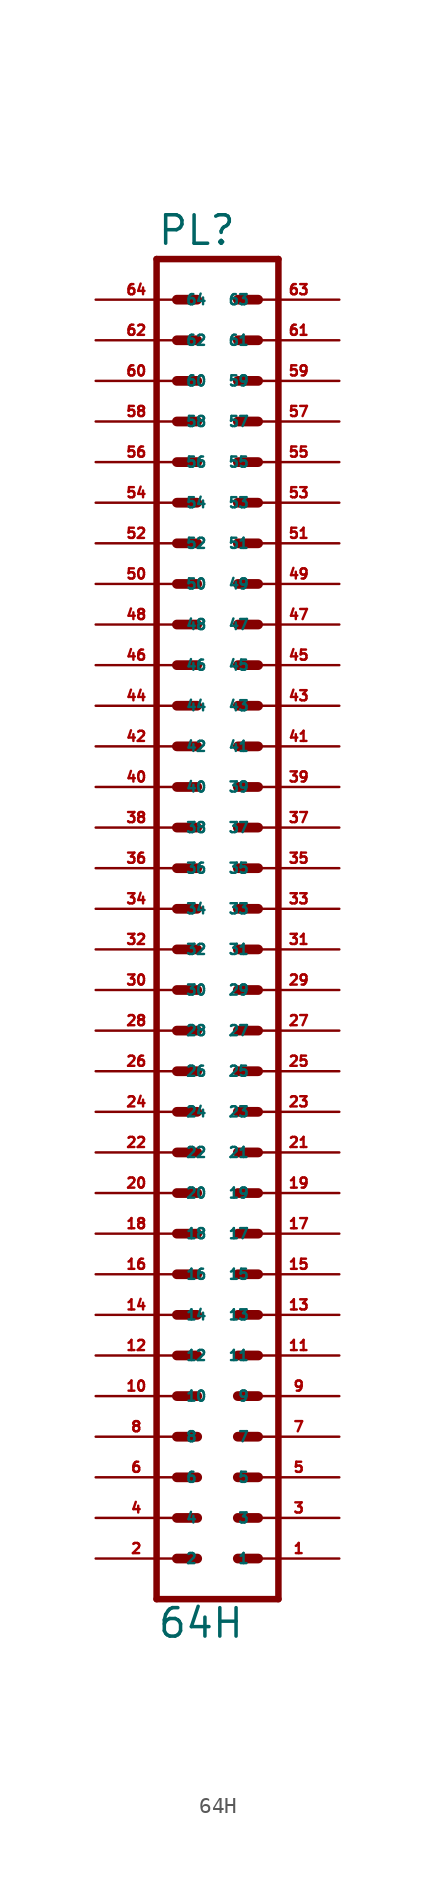
<source format=kicad_sym>
(kicad_symbol_lib
  (version 20220914)
  (generator Eagle2Kicad)
  (symbol "64H"
    (property "Reference" "PL"
      (at -3.81 43.942 0)
      (effects (font (size 1.778 1.778) (thickness 0.22)) (justify left bottom)))
    (property "Value" "64H"
      (at -3.81 -43.18 0)
      (effects (font (size 1.778 1.778) (thickness 0.22)) (justify left bottom)))
    (polyline
      (pts (xy 3.81 -40.64) (xy -3.81 -40.64))
      (stroke (width 0.406) (type default))
      (fill (type none)))
    (polyline
      (pts (xy 1.27 -27.94) (xy 2.54 -27.94))
      (stroke (width 0.61) (type default))
      (fill (type none)))
    (polyline
      (pts (xy 1.27 -30.48) (xy 2.54 -30.48))
      (stroke (width 0.61) (type default))
      (fill (type none)))
    (polyline
      (pts (xy 1.27 -33.02) (xy 2.54 -33.02))
      (stroke (width 0.61) (type default))
      (fill (type none)))
    (polyline
      (pts (xy 1.27 -35.56) (xy 2.54 -35.56))
      (stroke (width 0.61) (type default))
      (fill (type none)))
    (polyline
      (pts (xy 1.27 -38.1) (xy 2.54 -38.1))
      (stroke (width 0.61) (type default))
      (fill (type none)))
    (polyline
      (pts (xy -2.54 -27.94) (xy -1.27 -27.94))
      (stroke (width 0.61) (type default))
      (fill (type none)))
    (polyline
      (pts (xy -2.54 -30.48) (xy -1.27 -30.48))
      (stroke (width 0.61) (type default))
      (fill (type none)))
    (polyline
      (pts (xy -2.54 -33.02) (xy -1.27 -33.02))
      (stroke (width 0.61) (type default))
      (fill (type none)))
    (polyline
      (pts (xy -2.54 -35.56) (xy -1.27 -35.56))
      (stroke (width 0.61) (type default))
      (fill (type none)))
    (polyline
      (pts (xy -2.54 -38.1) (xy -1.27 -38.1))
      (stroke (width 0.61) (type default))
      (fill (type none)))
    (polyline
      (pts (xy 1.27 -15.24) (xy 2.54 -15.24))
      (stroke (width 0.61) (type default))
      (fill (type none)))
    (polyline
      (pts (xy 1.27 -17.78) (xy 2.54 -17.78))
      (stroke (width 0.61) (type default))
      (fill (type none)))
    (polyline
      (pts (xy 1.27 -20.32) (xy 2.54 -20.32))
      (stroke (width 0.61) (type default))
      (fill (type none)))
    (polyline
      (pts (xy 1.27 -22.86) (xy 2.54 -22.86))
      (stroke (width 0.61) (type default))
      (fill (type none)))
    (polyline
      (pts (xy 1.27 -25.4) (xy 2.54 -25.4))
      (stroke (width 0.61) (type default))
      (fill (type none)))
    (polyline
      (pts (xy -2.54 -15.24) (xy -1.27 -15.24))
      (stroke (width 0.61) (type default))
      (fill (type none)))
    (polyline
      (pts (xy -2.54 -17.78) (xy -1.27 -17.78))
      (stroke (width 0.61) (type default))
      (fill (type none)))
    (polyline
      (pts (xy -2.54 -20.32) (xy -1.27 -20.32))
      (stroke (width 0.61) (type default))
      (fill (type none)))
    (polyline
      (pts (xy -2.54 -22.86) (xy -1.27 -22.86))
      (stroke (width 0.61) (type default))
      (fill (type none)))
    (polyline
      (pts (xy -2.54 -25.4) (xy -1.27 -25.4))
      (stroke (width 0.61) (type default))
      (fill (type none)))
    (polyline
      (pts (xy 1.27 -2.54) (xy 2.54 -2.54))
      (stroke (width 0.61) (type default))
      (fill (type none)))
    (polyline
      (pts (xy 1.27 -5.08) (xy 2.54 -5.08))
      (stroke (width 0.61) (type default))
      (fill (type none)))
    (polyline
      (pts (xy 1.27 -7.62) (xy 2.54 -7.62))
      (stroke (width 0.61) (type default))
      (fill (type none)))
    (polyline
      (pts (xy 1.27 -10.16) (xy 2.54 -10.16))
      (stroke (width 0.61) (type default))
      (fill (type none)))
    (polyline
      (pts (xy 1.27 -12.7) (xy 2.54 -12.7))
      (stroke (width 0.61) (type default))
      (fill (type none)))
    (polyline
      (pts (xy -2.54 -2.54) (xy -1.27 -2.54))
      (stroke (width 0.61) (type default))
      (fill (type none)))
    (polyline
      (pts (xy -2.54 -5.08) (xy -1.27 -5.08))
      (stroke (width 0.61) (type default))
      (fill (type none)))
    (polyline
      (pts (xy -2.54 -7.62) (xy -1.27 -7.62))
      (stroke (width 0.61) (type default))
      (fill (type none)))
    (polyline
      (pts (xy -2.54 -10.16) (xy -1.27 -10.16))
      (stroke (width 0.61) (type default))
      (fill (type none)))
    (polyline
      (pts (xy -2.54 -12.7) (xy -1.27 -12.7))
      (stroke (width 0.61) (type default))
      (fill (type none)))
    (polyline
      (pts (xy -3.81 43.18) (xy -3.81 -40.64))
      (stroke (width 0.406) (type default))
      (fill (type none)))
    (polyline
      (pts (xy 3.81 -40.64) (xy 3.81 43.18))
      (stroke (width 0.406) (type default))
      (fill (type none)))
    (polyline
      (pts (xy -3.81 43.18) (xy 3.81 43.18))
      (stroke (width 0.406) (type default))
      (fill (type none)))
    (polyline
      (pts (xy 1.27 10.16) (xy 2.54 10.16))
      (stroke (width 0.61) (type default))
      (fill (type none)))
    (polyline
      (pts (xy 1.27 7.62) (xy 2.54 7.62))
      (stroke (width 0.61) (type default))
      (fill (type none)))
    (polyline
      (pts (xy 1.27 5.08) (xy 2.54 5.08))
      (stroke (width 0.61) (type default))
      (fill (type none)))
    (polyline
      (pts (xy 1.27 2.54) (xy 2.54 2.54))
      (stroke (width 0.61) (type default))
      (fill (type none)))
    (polyline
      (pts (xy 1.27 0) (xy 2.54 0))
      (stroke (width 0.61) (type default))
      (fill (type none)))
    (polyline
      (pts (xy -2.54 10.16) (xy -1.27 10.16))
      (stroke (width 0.61) (type default))
      (fill (type none)))
    (polyline
      (pts (xy -2.54 7.62) (xy -1.27 7.62))
      (stroke (width 0.61) (type default))
      (fill (type none)))
    (polyline
      (pts (xy -2.54 5.08) (xy -1.27 5.08))
      (stroke (width 0.61) (type default))
      (fill (type none)))
    (polyline
      (pts (xy -2.54 2.54) (xy -1.27 2.54))
      (stroke (width 0.61) (type default))
      (fill (type none)))
    (polyline
      (pts (xy -2.54 0) (xy -1.27 0))
      (stroke (width 0.61) (type default))
      (fill (type none)))
    (polyline
      (pts (xy 1.27 22.86) (xy 2.54 22.86))
      (stroke (width 0.61) (type default))
      (fill (type none)))
    (polyline
      (pts (xy 1.27 20.32) (xy 2.54 20.32))
      (stroke (width 0.61) (type default))
      (fill (type none)))
    (polyline
      (pts (xy 1.27 17.78) (xy 2.54 17.78))
      (stroke (width 0.61) (type default))
      (fill (type none)))
    (polyline
      (pts (xy 1.27 15.24) (xy 2.54 15.24))
      (stroke (width 0.61) (type default))
      (fill (type none)))
    (polyline
      (pts (xy 1.27 12.7) (xy 2.54 12.7))
      (stroke (width 0.61) (type default))
      (fill (type none)))
    (polyline
      (pts (xy -2.54 22.86) (xy -1.27 22.86))
      (stroke (width 0.61) (type default))
      (fill (type none)))
    (polyline
      (pts (xy -2.54 20.32) (xy -1.27 20.32))
      (stroke (width 0.61) (type default))
      (fill (type none)))
    (polyline
      (pts (xy -2.54 17.78) (xy -1.27 17.78))
      (stroke (width 0.61) (type default))
      (fill (type none)))
    (polyline
      (pts (xy -2.54 15.24) (xy -1.27 15.24))
      (stroke (width 0.61) (type default))
      (fill (type none)))
    (polyline
      (pts (xy -2.54 12.7) (xy -1.27 12.7))
      (stroke (width 0.61) (type default))
      (fill (type none)))
    (polyline
      (pts (xy 1.27 25.4) (xy 2.54 25.4))
      (stroke (width 0.61) (type default))
      (fill (type none)))
    (polyline
      (pts (xy -2.54 25.4) (xy -1.27 25.4))
      (stroke (width 0.61) (type default))
      (fill (type none)))
    (polyline
      (pts (xy 1.27 38.1) (xy 2.54 38.1))
      (stroke (width 0.61) (type default))
      (fill (type none)))
    (polyline
      (pts (xy 1.27 35.56) (xy 2.54 35.56))
      (stroke (width 0.61) (type default))
      (fill (type none)))
    (polyline
      (pts (xy 1.27 33.02) (xy 2.54 33.02))
      (stroke (width 0.61) (type default))
      (fill (type none)))
    (polyline
      (pts (xy 1.27 30.48) (xy 2.54 30.48))
      (stroke (width 0.61) (type default))
      (fill (type none)))
    (polyline
      (pts (xy 1.27 27.94) (xy 2.54 27.94))
      (stroke (width 0.61) (type default))
      (fill (type none)))
    (polyline
      (pts (xy -2.54 38.1) (xy -1.27 38.1))
      (stroke (width 0.61) (type default))
      (fill (type none)))
    (polyline
      (pts (xy -2.54 35.56) (xy -1.27 35.56))
      (stroke (width 0.61) (type default))
      (fill (type none)))
    (polyline
      (pts (xy -2.54 33.02) (xy -1.27 33.02))
      (stroke (width 0.61) (type default))
      (fill (type none)))
    (polyline
      (pts (xy -2.54 30.48) (xy -1.27 30.48))
      (stroke (width 0.61) (type default))
      (fill (type none)))
    (polyline
      (pts (xy -2.54 27.94) (xy -1.27 27.94))
      (stroke (width 0.61) (type default))
      (fill (type none)))
    (polyline
      (pts (xy 1.27 40.64) (xy 2.54 40.64))
      (stroke (width 0.61) (type default))
      (fill (type none)))
    (polyline
      (pts (xy -2.54 40.64) (xy -1.27 40.64))
      (stroke (width 0.61) (type default))
      (fill (type none)))
    (pin passive line
      (at 7.62 -38.1 180)
      (length 5.08)
      (name "1" (effects (font (size 0.635 0.635) (thickness 0.08)) (justify left bottom)))
      (number "1" (effects (font (size 0.635 0.635) (thickness 0.08)) (justify left bottom))))
    (pin passive line
      (at 7.62 -35.56 180)
      (length 5.08)
      (name "3" (effects (font (size 0.635 0.635) (thickness 0.08)) (justify left bottom)))
      (number "3" (effects (font (size 0.635 0.635) (thickness 0.08)) (justify left bottom))))
    (pin passive line
      (at 7.62 -33.02 180)
      (length 5.08)
      (name "5" (effects (font (size 0.635 0.635) (thickness 0.08)) (justify left bottom)))
      (number "5" (effects (font (size 0.635 0.635) (thickness 0.08)) (justify left bottom))))
    (pin passive line
      (at 7.62 -30.48 180)
      (length 5.08)
      (name "7" (effects (font (size 0.635 0.635) (thickness 0.08)) (justify left bottom)))
      (number "7" (effects (font (size 0.635 0.635) (thickness 0.08)) (justify left bottom))))
    (pin passive line
      (at 7.62 -27.94 180)
      (length 5.08)
      (name "9" (effects (font (size 0.635 0.635) (thickness 0.08)) (justify left bottom)))
      (number "9" (effects (font (size 0.635 0.635) (thickness 0.08)) (justify left bottom))))
    (pin passive line
      (at -7.62 -38.1 0)
      (length 5.08)
      (name "2" (effects (font (size 0.635 0.635) (thickness 0.08)) (justify left bottom)))
      (number "2" (effects (font (size 0.635 0.635) (thickness 0.08)) (justify left bottom))))
    (pin passive line
      (at -7.62 -35.56 0)
      (length 5.08)
      (name "4" (effects (font (size 0.635 0.635) (thickness 0.08)) (justify left bottom)))
      (number "4" (effects (font (size 0.635 0.635) (thickness 0.08)) (justify left bottom))))
    (pin passive line
      (at -7.62 -33.02 0)
      (length 5.08)
      (name "6" (effects (font (size 0.635 0.635) (thickness 0.08)) (justify left bottom)))
      (number "6" (effects (font (size 0.635 0.635) (thickness 0.08)) (justify left bottom))))
    (pin passive line
      (at -7.62 -30.48 0)
      (length 5.08)
      (name "8" (effects (font (size 0.635 0.635) (thickness 0.08)) (justify left bottom)))
      (number "8" (effects (font (size 0.635 0.635) (thickness 0.08)) (justify left bottom))))
    (pin passive line
      (at -7.62 -27.94 0)
      (length 5.08)
      (name "10" (effects (font (size 0.635 0.635) (thickness 0.08)) (justify left bottom)))
      (number "10" (effects (font (size 0.635 0.635) (thickness 0.08)) (justify left bottom))))
    (pin passive line
      (at 7.62 -25.4 180)
      (length 5.08)
      (name "11" (effects (font (size 0.635 0.635) (thickness 0.08)) (justify left bottom)))
      (number "11" (effects (font (size 0.635 0.635) (thickness 0.08)) (justify left bottom))))
    (pin passive line
      (at 7.62 -22.86 180)
      (length 5.08)
      (name "13" (effects (font (size 0.635 0.635) (thickness 0.08)) (justify left bottom)))
      (number "13" (effects (font (size 0.635 0.635) (thickness 0.08)) (justify left bottom))))
    (pin passive line
      (at 7.62 -20.32 180)
      (length 5.08)
      (name "15" (effects (font (size 0.635 0.635) (thickness 0.08)) (justify left bottom)))
      (number "15" (effects (font (size 0.635 0.635) (thickness 0.08)) (justify left bottom))))
    (pin passive line
      (at 7.62 -17.78 180)
      (length 5.08)
      (name "17" (effects (font (size 0.635 0.635) (thickness 0.08)) (justify left bottom)))
      (number "17" (effects (font (size 0.635 0.635) (thickness 0.08)) (justify left bottom))))
    (pin passive line
      (at 7.62 -15.24 180)
      (length 5.08)
      (name "19" (effects (font (size 0.635 0.635) (thickness 0.08)) (justify left bottom)))
      (number "19" (effects (font (size 0.635 0.635) (thickness 0.08)) (justify left bottom))))
    (pin passive line
      (at -7.62 -25.4 0)
      (length 5.08)
      (name "12" (effects (font (size 0.635 0.635) (thickness 0.08)) (justify left bottom)))
      (number "12" (effects (font (size 0.635 0.635) (thickness 0.08)) (justify left bottom))))
    (pin passive line
      (at -7.62 -22.86 0)
      (length 5.08)
      (name "14" (effects (font (size 0.635 0.635) (thickness 0.08)) (justify left bottom)))
      (number "14" (effects (font (size 0.635 0.635) (thickness 0.08)) (justify left bottom))))
    (pin passive line
      (at -7.62 -20.32 0)
      (length 5.08)
      (name "16" (effects (font (size 0.635 0.635) (thickness 0.08)) (justify left bottom)))
      (number "16" (effects (font (size 0.635 0.635) (thickness 0.08)) (justify left bottom))))
    (pin passive line
      (at -7.62 -17.78 0)
      (length 5.08)
      (name "18" (effects (font (size 0.635 0.635) (thickness 0.08)) (justify left bottom)))
      (number "18" (effects (font (size 0.635 0.635) (thickness 0.08)) (justify left bottom))))
    (pin passive line
      (at -7.62 -15.24 0)
      (length 5.08)
      (name "20" (effects (font (size 0.635 0.635) (thickness 0.08)) (justify left bottom)))
      (number "20" (effects (font (size 0.635 0.635) (thickness 0.08)) (justify left bottom))))
    (pin passive line
      (at 7.62 -12.7 180)
      (length 5.08)
      (name "21" (effects (font (size 0.635 0.635) (thickness 0.08)) (justify left bottom)))
      (number "21" (effects (font (size 0.635 0.635) (thickness 0.08)) (justify left bottom))))
    (pin passive line
      (at 7.62 -10.16 180)
      (length 5.08)
      (name "23" (effects (font (size 0.635 0.635) (thickness 0.08)) (justify left bottom)))
      (number "23" (effects (font (size 0.635 0.635) (thickness 0.08)) (justify left bottom))))
    (pin passive line
      (at 7.62 -7.62 180)
      (length 5.08)
      (name "25" (effects (font (size 0.635 0.635) (thickness 0.08)) (justify left bottom)))
      (number "25" (effects (font (size 0.635 0.635) (thickness 0.08)) (justify left bottom))))
    (pin passive line
      (at 7.62 -5.08 180)
      (length 5.08)
      (name "27" (effects (font (size 0.635 0.635) (thickness 0.08)) (justify left bottom)))
      (number "27" (effects (font (size 0.635 0.635) (thickness 0.08)) (justify left bottom))))
    (pin passive line
      (at 7.62 -2.54 180)
      (length 5.08)
      (name "29" (effects (font (size 0.635 0.635) (thickness 0.08)) (justify left bottom)))
      (number "29" (effects (font (size 0.635 0.635) (thickness 0.08)) (justify left bottom))))
    (pin passive line
      (at -7.62 -12.7 0)
      (length 5.08)
      (name "22" (effects (font (size 0.635 0.635) (thickness 0.08)) (justify left bottom)))
      (number "22" (effects (font (size 0.635 0.635) (thickness 0.08)) (justify left bottom))))
    (pin passive line
      (at -7.62 -10.16 0)
      (length 5.08)
      (name "24" (effects (font (size 0.635 0.635) (thickness 0.08)) (justify left bottom)))
      (number "24" (effects (font (size 0.635 0.635) (thickness 0.08)) (justify left bottom))))
    (pin passive line
      (at -7.62 -7.62 0)
      (length 5.08)
      (name "26" (effects (font (size 0.635 0.635) (thickness 0.08)) (justify left bottom)))
      (number "26" (effects (font (size 0.635 0.635) (thickness 0.08)) (justify left bottom))))
    (pin passive line
      (at -7.62 -5.08 0)
      (length 5.08)
      (name "28" (effects (font (size 0.635 0.635) (thickness 0.08)) (justify left bottom)))
      (number "28" (effects (font (size 0.635 0.635) (thickness 0.08)) (justify left bottom))))
    (pin passive line
      (at -7.62 -2.54 0)
      (length 5.08)
      (name "30" (effects (font (size 0.635 0.635) (thickness 0.08)) (justify left bottom)))
      (number "30" (effects (font (size 0.635 0.635) (thickness 0.08)) (justify left bottom))))
    (pin passive line
      (at 7.62 0 180)
      (length 5.08)
      (name "31" (effects (font (size 0.635 0.635) (thickness 0.08)) (justify left bottom)))
      (number "31" (effects (font (size 0.635 0.635) (thickness 0.08)) (justify left bottom))))
    (pin passive line
      (at 7.62 2.54 180)
      (length 5.08)
      (name "33" (effects (font (size 0.635 0.635) (thickness 0.08)) (justify left bottom)))
      (number "33" (effects (font (size 0.635 0.635) (thickness 0.08)) (justify left bottom))))
    (pin passive line
      (at 7.62 5.08 180)
      (length 5.08)
      (name "35" (effects (font (size 0.635 0.635) (thickness 0.08)) (justify left bottom)))
      (number "35" (effects (font (size 0.635 0.635) (thickness 0.08)) (justify left bottom))))
    (pin passive line
      (at 7.62 7.62 180)
      (length 5.08)
      (name "37" (effects (font (size 0.635 0.635) (thickness 0.08)) (justify left bottom)))
      (number "37" (effects (font (size 0.635 0.635) (thickness 0.08)) (justify left bottom))))
    (pin passive line
      (at 7.62 10.16 180)
      (length 5.08)
      (name "39" (effects (font (size 0.635 0.635) (thickness 0.08)) (justify left bottom)))
      (number "39" (effects (font (size 0.635 0.635) (thickness 0.08)) (justify left bottom))))
    (pin passive line
      (at -7.62 0 0)
      (length 5.08)
      (name "32" (effects (font (size 0.635 0.635) (thickness 0.08)) (justify left bottom)))
      (number "32" (effects (font (size 0.635 0.635) (thickness 0.08)) (justify left bottom))))
    (pin passive line
      (at -7.62 2.54 0)
      (length 5.08)
      (name "34" (effects (font (size 0.635 0.635) (thickness 0.08)) (justify left bottom)))
      (number "34" (effects (font (size 0.635 0.635) (thickness 0.08)) (justify left bottom))))
    (pin passive line
      (at -7.62 5.08 0)
      (length 5.08)
      (name "36" (effects (font (size 0.635 0.635) (thickness 0.08)) (justify left bottom)))
      (number "36" (effects (font (size 0.635 0.635) (thickness 0.08)) (justify left bottom))))
    (pin passive line
      (at -7.62 7.62 0)
      (length 5.08)
      (name "38" (effects (font (size 0.635 0.635) (thickness 0.08)) (justify left bottom)))
      (number "38" (effects (font (size 0.635 0.635) (thickness 0.08)) (justify left bottom))))
    (pin passive line
      (at -7.62 10.16 0)
      (length 5.08)
      (name "40" (effects (font (size 0.635 0.635) (thickness 0.08)) (justify left bottom)))
      (number "40" (effects (font (size 0.635 0.635) (thickness 0.08)) (justify left bottom))))
    (pin passive line
      (at 7.62 12.7 180)
      (length 5.08)
      (name "41" (effects (font (size 0.635 0.635) (thickness 0.08)) (justify left bottom)))
      (number "41" (effects (font (size 0.635 0.635) (thickness 0.08)) (justify left bottom))))
    (pin passive line
      (at 7.62 15.24 180)
      (length 5.08)
      (name "43" (effects (font (size 0.635 0.635) (thickness 0.08)) (justify left bottom)))
      (number "43" (effects (font (size 0.635 0.635) (thickness 0.08)) (justify left bottom))))
    (pin passive line
      (at 7.62 17.78 180)
      (length 5.08)
      (name "45" (effects (font (size 0.635 0.635) (thickness 0.08)) (justify left bottom)))
      (number "45" (effects (font (size 0.635 0.635) (thickness 0.08)) (justify left bottom))))
    (pin passive line
      (at 7.62 20.32 180)
      (length 5.08)
      (name "47" (effects (font (size 0.635 0.635) (thickness 0.08)) (justify left bottom)))
      (number "47" (effects (font (size 0.635 0.635) (thickness 0.08)) (justify left bottom))))
    (pin passive line
      (at 7.62 22.86 180)
      (length 5.08)
      (name "49" (effects (font (size 0.635 0.635) (thickness 0.08)) (justify left bottom)))
      (number "49" (effects (font (size 0.635 0.635) (thickness 0.08)) (justify left bottom))))
    (pin passive line
      (at -7.62 12.7 0)
      (length 5.08)
      (name "42" (effects (font (size 0.635 0.635) (thickness 0.08)) (justify left bottom)))
      (number "42" (effects (font (size 0.635 0.635) (thickness 0.08)) (justify left bottom))))
    (pin passive line
      (at -7.62 15.24 0)
      (length 5.08)
      (name "44" (effects (font (size 0.635 0.635) (thickness 0.08)) (justify left bottom)))
      (number "44" (effects (font (size 0.635 0.635) (thickness 0.08)) (justify left bottom))))
    (pin passive line
      (at -7.62 17.78 0)
      (length 5.08)
      (name "46" (effects (font (size 0.635 0.635) (thickness 0.08)) (justify left bottom)))
      (number "46" (effects (font (size 0.635 0.635) (thickness 0.08)) (justify left bottom))))
    (pin passive line
      (at -7.62 20.32 0)
      (length 5.08)
      (name "48" (effects (font (size 0.635 0.635) (thickness 0.08)) (justify left bottom)))
      (number "48" (effects (font (size 0.635 0.635) (thickness 0.08)) (justify left bottom))))
    (pin passive line
      (at -7.62 22.86 0)
      (length 5.08)
      (name "50" (effects (font (size 0.635 0.635) (thickness 0.08)) (justify left bottom)))
      (number "50" (effects (font (size 0.635 0.635) (thickness 0.08)) (justify left bottom))))
    (pin passive line
      (at 7.62 25.4 180)
      (length 5.08)
      (name "51" (effects (font (size 0.635 0.635) (thickness 0.08)) (justify left bottom)))
      (number "51" (effects (font (size 0.635 0.635) (thickness 0.08)) (justify left bottom))))
    (pin passive line
      (at -7.62 25.4 0)
      (length 5.08)
      (name "52" (effects (font (size 0.635 0.635) (thickness 0.08)) (justify left bottom)))
      (number "52" (effects (font (size 0.635 0.635) (thickness 0.08)) (justify left bottom))))
    (pin passive line
      (at 7.62 27.94 180)
      (length 5.08)
      (name "53" (effects (font (size 0.635 0.635) (thickness 0.08)) (justify left bottom)))
      (number "53" (effects (font (size 0.635 0.635) (thickness 0.08)) (justify left bottom))))
    (pin passive line
      (at 7.62 30.48 180)
      (length 5.08)
      (name "55" (effects (font (size 0.635 0.635) (thickness 0.08)) (justify left bottom)))
      (number "55" (effects (font (size 0.635 0.635) (thickness 0.08)) (justify left bottom))))
    (pin passive line
      (at 7.62 33.02 180)
      (length 5.08)
      (name "57" (effects (font (size 0.635 0.635) (thickness 0.08)) (justify left bottom)))
      (number "57" (effects (font (size 0.635 0.635) (thickness 0.08)) (justify left bottom))))
    (pin passive line
      (at 7.62 35.56 180)
      (length 5.08)
      (name "59" (effects (font (size 0.635 0.635) (thickness 0.08)) (justify left bottom)))
      (number "59" (effects (font (size 0.635 0.635) (thickness 0.08)) (justify left bottom))))
    (pin passive line
      (at 7.62 38.1 180)
      (length 5.08)
      (name "61" (effects (font (size 0.635 0.635) (thickness 0.08)) (justify left bottom)))
      (number "61" (effects (font (size 0.635 0.635) (thickness 0.08)) (justify left bottom))))
    (pin passive line
      (at -7.62 27.94 0)
      (length 5.08)
      (name "54" (effects (font (size 0.635 0.635) (thickness 0.08)) (justify left bottom)))
      (number "54" (effects (font (size 0.635 0.635) (thickness 0.08)) (justify left bottom))))
    (pin passive line
      (at -7.62 30.48 0)
      (length 5.08)
      (name "56" (effects (font (size 0.635 0.635) (thickness 0.08)) (justify left bottom)))
      (number "56" (effects (font (size 0.635 0.635) (thickness 0.08)) (justify left bottom))))
    (pin passive line
      (at -7.62 33.02 0)
      (length 5.08)
      (name "58" (effects (font (size 0.635 0.635) (thickness 0.08)) (justify left bottom)))
      (number "58" (effects (font (size 0.635 0.635) (thickness 0.08)) (justify left bottom))))
    (pin passive line
      (at -7.62 35.56 0)
      (length 5.08)
      (name "60" (effects (font (size 0.635 0.635) (thickness 0.08)) (justify left bottom)))
      (number "60" (effects (font (size 0.635 0.635) (thickness 0.08)) (justify left bottom))))
    (pin passive line
      (at -7.62 38.1 0)
      (length 5.08)
      (name "62" (effects (font (size 0.635 0.635) (thickness 0.08)) (justify left bottom)))
      (number "62" (effects (font (size 0.635 0.635) (thickness 0.08)) (justify left bottom))))
    (pin passive line
      (at -7.62 40.64 0)
      (length 5.08)
      (name "64" (effects (font (size 0.635 0.635) (thickness 0.08)) (justify left bottom)))
      (number "64" (effects (font (size 0.635 0.635) (thickness 0.08)) (justify left bottom))))
    (pin passive line
      (at 7.62 40.64 180)
      (length 5.08)
      (name "63" (effects (font (size 0.635 0.635) (thickness 0.08)) (justify left bottom)))
      (number "63" (effects (font (size 0.635 0.635) (thickness 0.08)) (justify left bottom))))))
</source>
